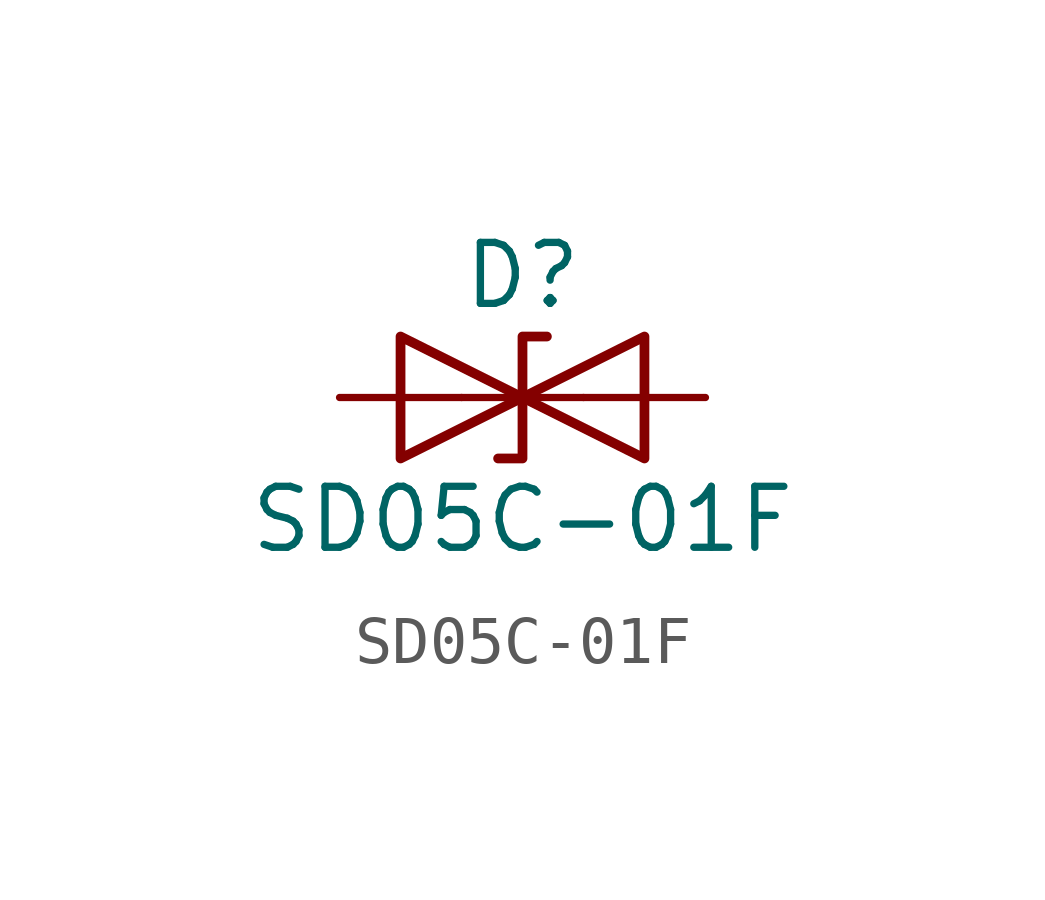
<source format=kicad_sym>
(kicad_symbol_lib
  (version 20241209)
  (generator "kicad_symbol_editor")
  (generator_version "9.0")
  (symbol "SD05C-01F"
    (pin_numbers
      (hide yes))
    (pin_names
      (offset 1.016)
      (hide yes))
    (property "Reference" "D"
      (at 0 2.54 0)
      (effects (font (size 1.27 1.27))))
    (property "Value" "SD05C-01F"
      (at 0 -2.54 0)
      (effects (font (size 1.27 1.27))))
    (symbol "SD05C-01F_0_1"
      (polyline (pts (xy -2.54 -1.27) (xy 0 0) (xy -2.54 1.27) (xy -2.54 -1.27)) (stroke (width 0.203) (type default)) (fill (type none)))
      (polyline (pts (xy 0.508 1.27) (xy 0 1.27) (xy 0 -1.27) (xy -0.508 -1.27)) (stroke (width 0.203) (type default)) (fill (type none)))
      (polyline (pts (xy 1.27 0) (xy -1.27 0)) (stroke (width 0) (type default)) (fill (type none)))
      (polyline (pts (xy 2.54 1.27) (xy 2.54 -1.27) (xy 0 0) (xy 2.54 1.27)) (stroke (width 0.203) (type default)) (fill (type none))))
    (symbol "SD05C-01F_1_1"
      (pin passive line (at -3.81 0 0) (length 2.54) (name "A1" (effects (font (size 1.27 1.27)))) (number "1" (effects (font (size 1.27 1.27)))))
      (pin passive line (at 3.81 0 180) (length 2.54) (name "A2" (effects (font (size 1.27 1.27)))) (number "2" (effects (font (size 1.27 1.27))))))))
</source>
